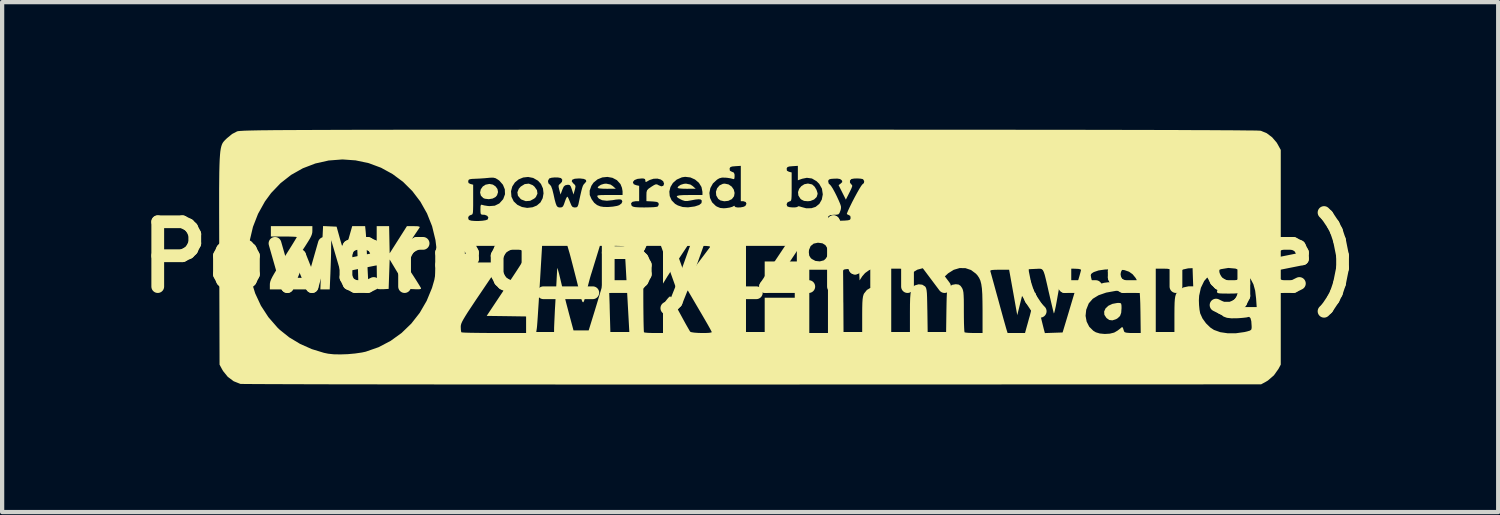
<source format=kicad_pcb>
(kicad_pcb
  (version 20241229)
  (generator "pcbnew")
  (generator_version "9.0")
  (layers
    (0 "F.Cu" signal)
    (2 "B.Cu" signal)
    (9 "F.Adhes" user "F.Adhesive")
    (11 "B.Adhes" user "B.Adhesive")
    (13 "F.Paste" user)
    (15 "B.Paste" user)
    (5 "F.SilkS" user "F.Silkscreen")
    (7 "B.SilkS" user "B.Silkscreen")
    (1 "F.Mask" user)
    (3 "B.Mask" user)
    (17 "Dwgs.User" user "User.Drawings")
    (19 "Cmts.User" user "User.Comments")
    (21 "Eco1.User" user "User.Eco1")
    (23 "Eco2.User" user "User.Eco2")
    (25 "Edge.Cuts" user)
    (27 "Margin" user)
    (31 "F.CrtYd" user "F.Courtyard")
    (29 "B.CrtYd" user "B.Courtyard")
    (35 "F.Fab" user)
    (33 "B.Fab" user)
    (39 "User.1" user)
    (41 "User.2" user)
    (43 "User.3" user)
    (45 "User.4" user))
  (footprint "Powered_By_ZMK (Large)"
    (layer "F.Cu")
    (at 14.594 3.001)
    (property "Reference" "Powered_By_ZMK (Large)" (at 0 0 0) (layer "F.SilkS") (effects (font (size 1.524 1.524) (thickness 0.3))))
    (attr board_only exclude_from_pos_files exclude_from_bom)
    (fp_poly (pts (xy -3.286 -1.711) (xy -3.228 -1.672) (xy -3.16 -1.612) (xy -3.373 -1.611) (xy -3.469 -1.613) (xy -3.542 -1.619) (xy -3.582 -1.629) (xy -3.587 -1.633) (xy -3.565 -1.671) (xy -3.51 -1.705) (xy -3.438 -1.727) (xy -3.387 -1.732)) (stroke (width 0) (type solid)) (fill yes) (layer "F.SilkS"))
    (fp_poly (pts (xy -1.407 -1.711) (xy -1.349 -1.672) (xy -1.281 -1.612) (xy -1.494 -1.611) (xy -1.59 -1.613) (xy -1.664 -1.619) (xy -1.704 -1.629) (xy -1.708 -1.633) (xy -1.686 -1.671) (xy -1.632 -1.705) (xy -1.559 -1.727) (xy -1.509 -1.732)) (stroke (width 0) (type solid)) (fill yes) (layer "F.SilkS"))
    (fp_poly (pts (xy -6.051 -1.709) (xy -5.986 -1.665) (xy -5.943 -1.604) (xy -5.93 -1.532) (xy -5.953 -1.459) (xy -5.986 -1.419) (xy -6.056 -1.381) (xy -6.148 -1.366) (xy -6.239 -1.377) (xy -6.278 -1.393) (xy -6.333 -1.449) (xy -6.352 -1.522) (xy -6.336 -1.598) (xy -6.288 -1.666) (xy -6.224 -1.707) (xy -6.133 -1.725)) (stroke (width 0) (type solid)) (fill yes) (layer "F.SilkS"))
    (fp_poly (pts (xy -5.115 -1.696) (xy -5.073 -1.661) (xy -5.014 -1.578) (xy -5.003 -1.496) (xy -5.04 -1.417) (xy -5.077 -1.381) (xy -5.174 -1.328) (xy -5.278 -1.32) (xy -5.378 -1.357) (xy -5.402 -1.375) (xy -5.462 -1.447) (xy -5.475 -1.528) (xy -5.442 -1.611) (xy -5.396 -1.663) (xy -5.302 -1.721) (xy -5.206 -1.732)) (stroke (width 0) (type solid)) (fill yes) (layer "F.SilkS"))
    (fp_poly (pts (xy -0.507 -1.713) (xy -0.435 -1.663) (xy -0.386 -1.593) (xy -0.366 -1.513) (xy -0.379 -1.435) (xy -0.43 -1.368) (xy -0.43 -1.368) (xy -0.515 -1.327) (xy -0.61 -1.317) (xy -0.699 -1.337) (xy -0.752 -1.374) (xy -0.798 -1.454) (xy -0.805 -1.541) (xy -0.777 -1.624) (xy -0.72 -1.69) (xy -0.64 -1.728) (xy -0.597 -1.732)) (stroke (width 0) (type solid)) (fill yes) (layer "F.SilkS"))
    (fp_poly (pts (xy 8.708 1.077) (xy 8.727 1.095) (xy 8.734 1.139) (xy 8.735 1.197) (xy 8.727 1.306) (xy 8.7 1.38) (xy 8.646 1.432) (xy 8.614 1.452) (xy 8.521 1.484) (xy 8.445 1.475) (xy 8.38 1.428) (xy 8.331 1.353) (xy 8.326 1.277) (xy 8.358 1.204) (xy 8.423 1.142) (xy 8.517 1.097) (xy 8.633 1.075) (xy 8.668 1.074)) (stroke (width 0) (type solid)) (fill yes) (layer "F.SilkS"))
    (fp_poly (pts (xy 1.449 -1.715) (xy 1.465 -1.707) (xy 1.517 -1.659) (xy 1.561 -1.585) (xy 1.585 -1.508) (xy 1.586 -1.488) (xy 1.564 -1.417) (xy 1.504 -1.359) (xy 1.417 -1.324) (xy 1.354 -1.318) (xy 1.268 -1.326) (xy 1.208 -1.355) (xy 1.182 -1.377) (xy 1.134 -1.453) (xy 1.126 -1.533) (xy 1.152 -1.609) (xy 1.204 -1.673) (xy 1.275 -1.718) (xy 1.359 -1.734)) (stroke (width 0) (type solid)) (fill yes) (layer "F.SilkS"))
    (fp_poly (pts (xy 11.378 0.605) (xy 11.449 0.671) (xy 11.488 0.76) (xy 11.492 0.804) (xy 11.489 0.826) (xy 11.475 0.841) (xy 11.44 0.849) (xy 11.376 0.853) (xy 11.274 0.854) (xy 11.236 0.854) (xy 11.121 0.853) (xy 11.047 0.85) (xy 11.004 0.843) (xy 10.985 0.83) (xy 10.98 0.811) (xy 10.98 0.809) (xy 11 0.734) (xy 11.053 0.659) (xy 11.124 0.6) (xy 11.18 0.576) (xy 11.285 0.571)) (stroke (width 0) (type solid)) (fill yes) (layer "F.SilkS"))
    (fp_poly (pts (xy -10.297 -0.622) (xy -10.299 -0.584) (xy -10.307 -0.546) (xy -10.324 -0.5) (xy -10.353 -0.442) (xy -10.399 -0.366) (xy -10.463 -0.265) (xy -10.549 -0.134) (xy -10.626 -0.018) (xy -10.956 0.476) (xy -10.626 0.483) (xy -10.297 0.489) (xy -10.297 0.756) (xy -11.297 0.756) (xy -11.297 0.647) (xy -11.295 0.609) (xy -11.286 0.569) (xy -11.268 0.521) (xy -11.237 0.458) (xy -11.19 0.376) (xy -11.125 0.268) (xy -11.037 0.129) (xy -10.98 0.038) (xy -10.892 -0.102) (xy -10.813 -0.227) (xy -10.747 -0.333) (xy -10.698 -0.414) (xy -10.669 -0.463) (xy -10.663 -0.475) (xy -10.685 -0.48) (xy -10.748 -0.484) (xy -10.841 -0.487) (xy -10.954 -0.488) (xy -10.968 -0.488) (xy -11.273 -0.488) (xy -11.273 -0.732) (xy -10.297 -0.732)) (stroke (width 0) (type solid)) (fill yes) (layer "F.SilkS"))
    (fp_poly (pts (xy -8.479 -0.093) (xy -8.073 -0.732) (xy -7.914 -0.732) (xy -7.827 -0.73) (xy -7.782 -0.722) (xy -7.772 -0.707) (xy -7.774 -0.701) (xy -7.793 -0.672) (xy -7.835 -0.609) (xy -7.894 -0.522) (xy -7.964 -0.417) (xy -8.009 -0.35) (xy -8.227 -0.03) (xy -7.99 0.333) (xy -7.912 0.452) (xy -7.844 0.558) (xy -7.79 0.645) (xy -7.754 0.704) (xy -7.741 0.727) (xy -7.745 0.744) (xy -7.78 0.752) (xy -7.853 0.753) (xy -7.896 0.751) (xy -8.064 0.744) (xy -8.271 0.398) (xy -8.479 0.052) (xy -8.491 0.398) (xy -8.503 0.744) (xy -8.626 0.751) (xy -8.7 0.752) (xy -8.753 0.747) (xy -8.766 0.741) (xy -8.771 0.713) (xy -8.775 0.643) (xy -8.778 0.536) (xy -8.781 0.399) (xy -8.783 0.237) (xy -8.784 0.058) (xy -8.784 -0.004) (xy -8.784 -0.732) (xy -8.492 -0.732)) (stroke (width 0) (type solid)) (fill yes) (layer "F.SilkS"))
    (fp_poly (pts (xy -9.886 -0.727) (xy -9.727 -0.72) (xy -9.641 -0.409) (xy -9.608 -0.297) (xy -9.579 -0.208) (xy -9.555 -0.149) (xy -9.541 -0.127) (xy -9.539 -0.128) (xy -9.527 -0.163) (xy -9.504 -0.233) (xy -9.475 -0.331) (xy -9.442 -0.444) (xy -9.442 -0.445) (xy -9.36 -0.732) (xy -9.056 -0.732) (xy -9.043 -0.604) (xy -9.037 -0.532) (xy -9.03 -0.424) (xy -9.023 -0.295) (xy -9.017 -0.156) (xy -9.016 -0.122) (xy -9.01 0.034) (xy -9.002 0.202) (xy -8.994 0.361) (xy -8.987 0.491) (xy -8.987 0.496) (xy -8.972 0.759) (xy -9.091 0.752) (xy -9.211 0.744) (xy -9.226 0.244) (xy -9.231 0.088) (xy -9.235 -0.056) (xy -9.24 -0.178) (xy -9.243 -0.271) (xy -9.246 -0.325) (xy -9.246 -0.329) (xy -9.251 -0.379) (xy -9.257 -0.382) (xy -9.272 -0.342) (xy -9.288 -0.295) (xy -9.314 -0.213) (xy -9.347 -0.108) (xy -9.383 0.006) (xy -9.472 0.293) (xy -9.561 0.293) (xy -9.65 0.293) (xy -9.854 -0.403) (xy -9.856 -0.193) (xy -9.857 -0.09) (xy -9.861 0.047) (xy -9.866 0.199) (xy -9.872 0.353) (xy -9.873 0.387) (xy -9.889 0.756) (xy -10.109 0.756) (xy -10.093 0.335) (xy -10.086 0.164) (xy -10.078 -0.021) (xy -10.07 -0.201) (xy -10.063 -0.358) (xy -10.061 -0.41) (xy -10.045 -0.734)) (stroke (width 0) (type solid)) (fill yes) (layer "F.SilkS"))
    (fp_poly (pts (xy 0.998 -3.001) (xy 1.967 -3.001) (xy 2.888 -3.001) (xy 3.761 -3) (xy 4.588 -3) (xy 5.368 -3) (xy 6.102 -2.999) (xy 6.791 -2.998) (xy 7.434 -2.998) (xy 8.033 -2.997) (xy 8.588 -2.996) (xy 9.1 -2.995) (xy 9.568 -2.994) (xy 9.994 -2.993) (xy 10.378 -2.991) (xy 10.72 -2.99) (xy 11.021 -2.988) (xy 11.281 -2.987) (xy 11.5 -2.985) (xy 11.681 -2.983) (xy 11.821 -2.982) (xy 11.923 -2.98) (xy 11.987 -2.977) (xy 12.012 -2.975) (xy 12.15 -2.918) (xy 12.277 -2.822) (xy 12.382 -2.7) (xy 12.407 -2.658) (xy 12.48 -2.525) (xy 12.48 2.525) (xy 12.426 2.626) (xy 12.319 2.777) (xy 12.178 2.899) (xy 12.118 2.935) (xy 12.017 2.989) (xy 0.049 2.993) (xy -0.714 2.993) (xy -1.464 2.993) (xy -2.201 2.993) (xy -2.923 2.993) (xy -3.628 2.993) (xy -4.315 2.993) (xy -4.983 2.992) (xy -5.63 2.992) (xy -6.254 2.992) (xy -6.855 2.991) (xy -7.43 2.991) (xy -7.978 2.99) (xy -8.497 2.99) (xy -8.987 2.989) (xy -9.446 2.989) (xy -9.871 2.988) (xy -10.262 2.987) (xy -10.618 2.986) (xy -10.936 2.985) (xy -11.215 2.984) (xy -11.454 2.983) (xy -11.651 2.982) (xy -11.805 2.981) (xy -11.914 2.98) (xy -11.977 2.979) (xy -11.992 2.978) (xy -12.148 2.916) (xy -12.286 2.813) (xy -12.398 2.675) (xy -12.426 2.626) (xy -12.48 2.525) (xy -12.487 0.051) (xy -12.487 -0.085) (xy -11.8 -0.085) (xy -11.789 0.233) (xy -11.736 0.546) (xy -11.642 0.849) (xy -11.507 1.139) (xy -11.331 1.409) (xy -11.116 1.656) (xy -11.066 1.704) (xy -10.843 1.883) (xy -10.587 2.037) (xy -10.311 2.16) (xy -10.027 2.247) (xy -9.927 2.268) (xy -9.798 2.282) (xy -9.638 2.285) (xy -9.463 2.279) (xy -9.289 2.263) (xy -9.132 2.24) (xy -9.043 2.221) (xy -8.739 2.115) (xy -8.457 1.967) (xy -8.199 1.781) (xy -8.054 1.641) (xy -6.807 1.641) (xy -6.804 1.71) (xy -6.796 1.757) (xy -6.791 1.765) (xy -6.764 1.769) (xy -6.693 1.773) (xy -6.586 1.776) (xy -6.449 1.778) (xy -6.287 1.78) (xy -6.106 1.781) (xy -6.023 1.781) (xy -5.27 1.781) (xy -5.27 1.757) (xy -5.031 1.757) (xy -4.612 1.757) (xy -4.611 1.653) (xy -4.609 1.6) (xy -4.605 1.507) (xy -4.599 1.381) (xy -4.592 1.23) (xy -4.582 1.062) (xy -4.575 0.927) (xy -4.565 0.756) (xy -4.556 0.598) (xy -4.549 0.462) (xy -4.543 0.355) (xy -4.539 0.283) (xy -4.537 0.256) (xy -4.531 0.261) (xy -4.517 0.307) (xy -4.495 0.387) (xy -4.469 0.494) (xy -4.453 0.561) (xy -4.416 0.717) (xy -4.371 0.9) (xy -4.323 1.09) (xy -4.276 1.268) (xy -4.263 1.318) (xy -4.155 1.72) (xy -3.798 1.72) (xy -3.655 1.257) (xy -3.604 1.089) (xy -3.551 0.913) (xy -3.501 0.744) (xy -3.458 0.596) (xy -3.431 0.501) (xy -3.349 0.21) (xy -3.334 0.416) (xy -3.329 0.502) (xy -3.323 0.626) (xy -3.317 0.778) (xy -3.311 0.948) (xy -3.305 1.124) (xy -3.304 1.189) (xy -3.288 1.757) (xy -2.842 1.757) (xy -2.896 0.787) (xy -2.898 0.74) (xy -2.513 0.74) (xy -2.513 0.957) (xy -2.512 1.159) (xy -2.51 1.341) (xy -2.508 1.497) (xy -2.505 1.622) (xy -2.502 1.711) (xy -2.499 1.758) (xy -2.497 1.765) (xy -2.467 1.772) (xy -2.4 1.778) (xy -2.308 1.781) (xy -2.265 1.781) (xy -2.05 1.781) (xy -2.05 1.118) (xy -1.972 1.01) (xy -1.926 0.954) (xy -1.891 0.923) (xy -1.876 0.921) (xy -1.859 0.947) (xy -1.823 1.01) (xy -1.772 1.101) (xy -1.71 1.213) (xy -1.646 1.33) (xy -1.577 1.457) (xy -1.515 1.57) (xy -1.463 1.661) (xy -1.426 1.725) (xy -1.41 1.751) (xy -1.378 1.763) (xy -1.312 1.773) (xy -1.226 1.779) (xy -1.13 1.782) (xy -1.042 1.781) (xy 1.391 1.781) (xy 1.83 1.781) (xy 1.83 0.335) (xy 2.186 0.335) (xy 2.186 0.374) (xy 2.187 0.454) (xy 2.188 0.569) (xy 2.189 0.712) (xy 2.19 0.877) (xy 2.191 1.056) (xy 2.192 1.074) (xy 2.196 1.757) (xy 2.635 1.757) (xy 3.318 1.757) (xy 3.758 1.757) (xy 3.758 1.292) (xy 3.759 1.107) (xy 3.763 0.964) (xy 3.772 0.857) (xy 3.786 0.78) (xy 3.807 0.726) (xy 3.836 0.688) (xy 3.875 0.661) (xy 3.878 0.66) (xy 3.963 0.636) (xy 4.048 0.645) (xy 4.114 0.686) (xy 4.129 0.707) (xy 4.141 0.736) (xy 4.15 0.779) (xy 4.157 0.844) (xy 4.161 0.936) (xy 4.164 1.063) (xy 4.167 1.232) (xy 4.168 1.247) (xy 4.175 1.757) (xy 4.609 1.757) (xy 4.616 1.258) (xy 4.619 1.09) (xy 4.622 0.964) (xy 4.626 0.873) (xy 4.632 0.809) (xy 4.64 0.765) (xy 4.652 0.736) (xy 4.669 0.713) (xy 4.683 0.697) (xy 4.749 0.649) (xy 4.833 0.634) (xy 4.836 0.634) (xy 4.904 0.642) (xy 4.948 0.672) (xy 4.978 0.714) (xy 4.995 0.745) (xy 5.007 0.782) (xy 5.016 0.83) (xy 5.021 0.899) (xy 5.025 0.995) (xy 5.026 1.127) (xy 5.026 1.271) (xy 5.027 1.419) (xy 5.029 1.55) (xy 5.033 1.656) (xy 5.037 1.73) (xy 5.042 1.764) (xy 5.043 1.765) (xy 5.073 1.772) (xy 5.14 1.778) (xy 5.23 1.781) (xy 5.262 1.781) (xy 5.466 1.781) (xy 5.466 1.249) (xy 5.464 1.038) (xy 5.46 0.869) (xy 5.451 0.735) (xy 5.436 0.631) (xy 5.415 0.549) (xy 5.385 0.484) (xy 5.347 0.427) (xy 5.31 0.386) (xy 5.226 0.323) (xy 5.648 0.323) (xy 5.657 0.354) (xy 5.677 0.426) (xy 5.706 0.531) (xy 5.743 0.665) (xy 5.785 0.819) (xy 5.832 0.988) (xy 5.879 1.161) (xy 5.923 1.321) (xy 5.962 1.463) (xy 5.995 1.579) (xy 6.018 1.661) (xy 6.03 1.702) (xy 6.055 1.781) (xy 6.465 1.781) (xy 6.5 1.653) (xy 6.528 1.554) (xy 6.559 1.44) (xy 6.577 1.379) (xy 6.601 1.284) (xy 6.629 1.164) (xy 6.655 1.04) (xy 6.66 1.013) (xy 6.681 0.911) (xy 6.694 0.853) (xy 6.704 0.832) (xy 6.712 0.845) (xy 6.72 0.886) (xy 6.721 0.891) (xy 6.734 0.953) (xy 6.755 1.052) (xy 6.783 1.173) (xy 6.814 1.307) (xy 6.845 1.44) (xy 6.875 1.562) (xy 6.899 1.659) (xy 6.907 1.691) (xy 6.932 1.783) (xy 7.14 1.776) (xy 7.349 1.769) (xy 7.467 1.378) (xy 7.889 1.378) (xy 7.914 1.513) (xy 7.975 1.634) (xy 8.071 1.729) (xy 8.131 1.765) (xy 8.224 1.793) (xy 8.34 1.804) (xy 8.458 1.797) (xy 8.556 1.773) (xy 8.572 1.766) (xy 8.643 1.724) (xy 8.704 1.677) (xy 8.737 1.648) (xy 8.756 1.643) (xy 8.771 1.67) (xy 8.792 1.736) (xy 8.795 1.745) (xy 8.813 1.764) (xy 8.856 1.775) (xy 8.935 1.781) (xy 8.997 1.781) (xy 9.186 1.781) (xy 9.186 1.757) (xy 9.54 1.757) (xy 9.979 1.757) (xy 9.979 1.348) (xy 9.98 1.19) (xy 9.983 1.072) (xy 9.987 1.013) (xy 10.554 1.013) (xy 10.558 1.124) (xy 10.569 1.234) (xy 10.585 1.32) (xy 10.587 1.324) (xy 10.639 1.439) (xy 10.722 1.554) (xy 10.824 1.653) (xy 10.909 1.709) (xy 11.057 1.762) (xy 11.234 1.788) (xy 11.428 1.787) (xy 11.627 1.759) (xy 11.683 1.746) (xy 11.752 1.726) (xy 11.785 1.704) (xy 11.795 1.666) (xy 11.795 1.621) (xy 11.787 1.503) (xy 11.767 1.43) (xy 11.736 1.402) (xy 11.717 1.405) (xy 11.674 1.415) (xy 11.597 1.424) (xy 11.499 1.432) (xy 11.461 1.434) (xy 11.319 1.436) (xy 11.214 1.424) (xy 11.135 1.395) (xy 11.07 1.345) (xy 11.04 1.313) (xy 11.003 1.266) (xy 10.982 1.231) (xy 10.983 1.206) (xy 11.009 1.189) (xy 11.067 1.179) (xy 11.159 1.174) (xy 11.292 1.171) (xy 11.447 1.171) (xy 11.914 1.171) (xy 11.9 0.97) (xy 11.878 0.785) (xy 11.837 0.636) (xy 11.774 0.515) (xy 11.698 0.424) (xy 11.565 0.324) (xy 11.413 0.266) (xy 11.247 0.251) (xy 11.073 0.28) (xy 10.938 0.332) (xy 10.793 0.428) (xy 10.679 0.558) (xy 10.601 0.719) (xy 10.56 0.906) (xy 10.554 1.013) (xy 9.987 1.013) (xy 9.989 0.986) (xy 9.998 0.925) (xy 10.011 0.879) (xy 10.022 0.854) (xy 10.09 0.769) (xy 10.191 0.709) (xy 10.309 0.684) (xy 10.328 0.683) (xy 10.421 0.683) (xy 10.413 0.47) (xy 10.406 0.256) (xy 10.3 0.261) (xy 10.18 0.288) (xy 10.071 0.35) (xy 9.989 0.438) (xy 9.972 0.467) (xy 9.932 0.549) (xy 9.931 0.464) (xy 9.927 0.369) (xy 9.912 0.311) (xy 9.876 0.281) (xy 9.809 0.27) (xy 9.72 0.268) (xy 9.54 0.268) (xy 9.54 1.757) (xy 9.186 1.757) (xy 9.18 1.287) (xy 9.176 1.083) (xy 9.169 0.92) (xy 9.16 0.793) (xy 9.146 0.693) (xy 9.126 0.613) (xy 9.1 0.547) (xy 9.067 0.488) (xy 9.063 0.482) (xy 8.995 0.399) (xy 8.912 0.34) (xy 8.806 0.303) (xy 8.668 0.284) (xy 8.54 0.281) (xy 8.345 0.288) (xy 8.194 0.31) (xy 8.083 0.348) (xy 8.043 0.373) (xy 8.019 0.395) (xy 8.011 0.424) (xy 8.019 0.476) (xy 8.034 0.538) (xy 8.056 0.614) (xy 8.081 0.653) (xy 8.121 0.661) (xy 8.187 0.643) (xy 8.235 0.625) (xy 8.323 0.601) (xy 8.423 0.588) (xy 8.45 0.587) (xy 8.534 0.594) (xy 8.614 0.615) (xy 8.677 0.643) (xy 8.709 0.674) (xy 8.711 0.682) (xy 8.719 0.723) (xy 8.724 0.739) (xy 8.721 0.761) (xy 8.687 0.777) (xy 8.613 0.789) (xy 8.596 0.791) (xy 8.374 0.831) (xy 8.195 0.893) (xy 8.059 0.976) (xy 7.966 1.082) (xy 7.96 1.094) (xy 7.904 1.235) (xy 7.889 1.378) (xy 7.467 1.378) (xy 7.565 1.049) (xy 7.619 0.869) (xy 7.668 0.704) (xy 7.71 0.559) (xy 7.745 0.441) (xy 7.769 0.354) (xy 7.781 0.306) (xy 7.783 0.299) (xy 7.767 0.283) (xy 7.717 0.273) (xy 7.627 0.269) (xy 7.569 0.268) (xy 7.354 0.268) (xy 7.309 0.494) (xy 7.287 0.611) (xy 7.26 0.757) (xy 7.232 0.911) (xy 7.21 1.037) (xy 7.189 1.15) (xy 7.169 1.24) (xy 7.154 1.299) (xy 7.144 1.32) (xy 7.142 1.318) (xy 7.133 1.283) (xy 7.115 1.209) (xy 7.09 1.104) (xy 7.06 0.975) (xy 7.027 0.832) (xy 7.026 0.83) (xy 6.986 0.651) (xy 6.954 0.515) (xy 6.929 0.415) (xy 6.906 0.346) (xy 6.883 0.302) (xy 6.857 0.279) (xy 6.825 0.27) (xy 6.783 0.269) (xy 6.729 0.273) (xy 6.716 0.273) (xy 6.551 0.281) (xy 6.417 0.821) (xy 6.282 1.362) (xy 6.187 0.827) (xy 6.091 0.293) (xy 5.864 0.293) (xy 5.753 0.295) (xy 5.684 0.3) (xy 5.652 0.311) (xy 5.648 0.323) (xy 5.226 0.323) (xy 5.195 0.3) (xy 5.064 0.256) (xy 4.926 0.254) (xy 4.788 0.295) (xy 4.657 0.377) (xy 4.612 0.419) (xy 4.563 0.465) (xy 4.535 0.479) (xy 4.516 0.466) (xy 4.507 0.451) (xy 4.427 0.353) (xy 4.319 0.288) (xy 4.194 0.255) (xy 4.062 0.257) (xy 3.932 0.292) (xy 3.815 0.363) (xy 3.767 0.407) (xy 3.711 0.468) (xy 3.696 0.399) (xy 3.681 0.338) (xy 3.671 0.299) (xy 3.642 0.28) (xy 3.567 0.27) (xy 3.49 0.268) (xy 3.318 0.268) (xy 3.318 1.757) (xy 2.635 1.757) (xy 2.635 1.348) (xy 2.636 1.19) (xy 2.639 1.072) (xy 2.645 0.986) (xy 2.654 0.925) (xy 2.667 0.879) (xy 2.678 0.854) (xy 2.746 0.769) (xy 2.846 0.709) (xy 2.965 0.684) (xy 2.984 0.683) (xy 3.076 0.683) (xy 3.069 0.47) (xy 3.062 0.256) (xy 2.989 0.249) (xy 2.898 0.261) (xy 2.797 0.304) (xy 2.703 0.371) (xy 2.635 0.449) (xy 2.574 0.544) (xy 2.567 0.405) (xy 2.559 0.266) (xy 2.372 0.273) (xy 2.277 0.278) (xy 2.221 0.285) (xy 2.194 0.298) (xy 2.186 0.319) (xy 2.186 0.335) (xy 1.83 0.335) (xy 1.83 0.293) (xy 1.391 0.293) (xy 1.391 1.781) (xy -1.042 1.781) (xy -1.038 1.781) (xy -0.962 1.777) (xy -0.913 1.768) (xy -0.903 1.76) (xy -0.904 1.757) (xy -0.098 1.757) (xy 0.342 1.757) (xy 0.342 0.952) (xy 1.049 0.952) (xy 1.049 0.561) (xy 0.342 0.561) (xy 0.342 0.098) (xy 1.098 0.098) (xy 1.098 -0.118) (xy 1.38 -0.118) (xy 1.389 -0.04) (xy 1.424 0.017) (xy 1.448 0.039) (xy 1.535 0.086) (xy 1.638 0.097) (xy 1.734 0.072) (xy 1.736 0.071) (xy 1.778 0.031) (xy 1.817 -0.031) (xy 1.82 -0.039) (xy 1.841 -0.104) (xy 1.837 -0.158) (xy 1.82 -0.205) (xy 1.771 -0.284) (xy 1.701 -0.328) (xy 1.598 -0.342) (xy 1.592 -0.342) (xy 1.493 -0.321) (xy 1.422 -0.263) (xy 1.384 -0.172) (xy 1.38 -0.118) (xy 1.098 -0.118) (xy 1.098 -0.268) (xy -0.098 -0.268) (xy -0.098 1.757) (xy -0.904 1.757) (xy -0.915 1.734) (xy -0.948 1.672) (xy -1 1.579) (xy -1.067 1.463) (xy -1.145 1.329) (xy -1.211 1.217) (xy -1.297 1.07) (xy -1.376 0.935) (xy -1.444 0.819) (xy -1.497 0.726) (xy -1.531 0.665) (xy -1.543 0.643) (xy -1.548 0.621) (xy -1.541 0.591) (xy -1.521 0.548) (xy -1.482 0.487) (xy -1.423 0.401) (xy -1.338 0.287) (xy -1.268 0.192) (xy -1.176 0.069) (xy -1.093 -0.041) (xy -1.024 -0.133) (xy -0.974 -0.2) (xy -0.947 -0.235) (xy -0.945 -0.238) (xy -0.944 -0.251) (xy -0.971 -0.26) (xy -1.032 -0.266) (xy -1.132 -0.268) (xy -1.199 -0.268) (xy -1.476 -0.267) (xy -1.671 0.027) (xy -1.751 0.148) (xy -1.83 0.269) (xy -1.899 0.377) (xy -1.952 0.459) (xy -1.958 0.47) (xy -2.05 0.619) (xy -2.05 -0.268) (xy -2.513 -0.268) (xy -2.513 0.74) (xy -2.898 0.74) (xy -2.907 0.573) (xy -2.918 0.373) (xy -2.928 0.193) (xy -2.937 0.038) (xy -2.943 -0.086) (xy -2.948 -0.174) (xy -2.95 -0.221) (xy -2.951 -0.226) (xy -2.956 -0.244) (xy -2.976 -0.256) (xy -3.017 -0.263) (xy -3.09 -0.267) (xy -3.2 -0.268) (xy -3.244 -0.268) (xy -3.535 -0.268) (xy -3.623 0.018) (xy -3.661 0.141) (xy -3.697 0.259) (xy -3.727 0.356) (xy -3.746 0.415) (xy -3.768 0.491) (xy -3.796 0.596) (xy -3.825 0.708) (xy -3.831 0.732) (xy -3.863 0.866) (xy -3.888 0.966) (xy -3.908 1.031) (xy -3.926 1.06) (xy -3.943 1.051) (xy -3.964 1.001) (xy -3.99 0.911) (xy -4.024 0.776) (xy -4.068 0.597) (xy -4.074 0.573) (xy -4.117 0.405) (xy -4.158 0.245) (xy -4.195 0.102) (xy -4.226 -0.017) (xy -4.249 -0.102) (xy -4.257 -0.128) (xy -4.298 -0.268) (xy -4.894 -0.268) (xy -4.949 0.653) (xy -4.962 0.864) (xy -4.974 1.063) (xy -4.986 1.243) (xy -4.996 1.4) (xy -5.005 1.526) (xy -5.012 1.616) (xy -5.017 1.664) (xy -5.017 1.665) (xy -5.031 1.757) (xy -5.27 1.757) (xy -5.27 1.392) (xy -5.734 1.385) (xy -6.197 1.379) (xy -5.734 0.683) (xy -5.61 0.497) (xy -5.51 0.346) (xy -5.432 0.226) (xy -5.373 0.132) (xy -5.33 0.061) (xy -5.302 0.005) (xy -5.284 -0.038) (xy -5.275 -0.074) (xy -5.271 -0.107) (xy -5.27 -0.14) (xy -5.27 -0.268) (xy -6.71 -0.268) (xy -6.71 0.122) (xy -5.855 0.122) (xy -6.331 0.827) (xy -6.459 1.016) (xy -6.561 1.17) (xy -6.642 1.292) (xy -6.702 1.388) (xy -6.746 1.462) (xy -6.776 1.518) (xy -6.794 1.561) (xy -6.804 1.597) (xy -6.807 1.628) (xy -6.807 1.641) (xy -8.054 1.641) (xy -7.97 1.56) (xy -7.772 1.307) (xy -7.609 1.026) (xy -7.483 0.721) (xy -7.428 0.531) (xy -7.398 0.36) (xy -7.38 0.16) (xy -7.375 -0.05) (xy -7.383 -0.251) (xy -7.402 -0.406) (xy -7.481 -0.731) (xy -7.56 -0.929) (xy -6.634 -0.929) (xy -6.621 -0.886) (xy -6.609 -0.876) (xy -6.56 -0.861) (xy -6.482 -0.854) (xy -6.389 -0.853) (xy -6.298 -0.859) (xy -6.222 -0.871) (xy -6.177 -0.887) (xy -6.173 -0.891) (xy -6.158 -0.936) (xy -6.184 -0.975) (xy -6.241 -0.998) (xy -6.274 -1) (xy -6.315 -1.003) (xy -6.336 -1.02) (xy -6.343 -1.063) (xy -6.344 -1.125) (xy -6.342 -1.198) (xy -6.333 -1.231) (xy -6.314 -1.236) (xy -6.301 -1.232) (xy -6.252 -1.219) (xy -6.177 -1.207) (xy -6.137 -1.203) (xy -6.007 -1.213) (xy -5.899 -1.266) (xy -5.812 -1.363) (xy -5.807 -1.372) (xy -5.766 -1.482) (xy -5.769 -1.553) (xy -5.625 -1.553) (xy -5.615 -1.427) (xy -5.613 -1.42) (xy -5.562 -1.315) (xy -5.476 -1.234) (xy -5.367 -1.182) (xy -5.244 -1.161) (xy -5.117 -1.176) (xy -5.017 -1.217) (xy -4.932 -1.29) (xy -4.88 -1.389) (xy -4.86 -1.503) (xy -4.873 -1.618) (xy -4.92 -1.724) (xy -4.984 -1.795) (xy -4.756 -1.795) (xy -4.745 -1.739) (xy -4.714 -1.71) (xy -4.683 -1.674) (xy -4.653 -1.595) (xy -4.626 -1.486) (xy -4.598 -1.358) (xy -4.574 -1.27) (xy -4.553 -1.215) (xy -4.529 -1.185) (xy -4.499 -1.173) (xy -4.47 -1.171) (xy -4.43 -1.176) (xy -4.402 -1.197) (xy -4.379 -1.246) (xy -4.358 -1.308) (xy -4.332 -1.377) (xy -4.309 -1.418) (xy -4.295 -1.424) (xy -4.276 -1.39) (xy -4.249 -1.328) (xy -4.233 -1.287) (xy -4.203 -1.217) (xy -4.175 -1.182) (xy -4.136 -1.172) (xy -4.122 -1.171) (xy -4.082 -1.176) (xy -4.057 -1.197) (xy -4.039 -1.246) (xy -4.028 -1.299) (xy -3.996 -1.448) (xy -3.971 -1.556) (xy -3.968 -1.568) (xy -3.775 -1.568) (xy -3.773 -1.465) (xy -3.73 -1.367) (xy -3.669 -1.282) (xy -3.601 -1.228) (xy -3.526 -1.197) (xy -3.447 -1.184) (xy -3.342 -1.182) (xy -3.23 -1.191) (xy -3.131 -1.208) (xy -3.08 -1.225) (xy -3.027 -1.265) (xy -3.024 -1.271) (xy -2.801 -1.271) (xy -2.793 -1.224) (xy -2.781 -1.207) (xy -2.756 -1.191) (xy -2.707 -1.18) (xy -2.628 -1.174) (xy -2.509 -1.172) (xy -2.48 -1.172) (xy -2.367 -1.174) (xy -2.271 -1.178) (xy -2.202 -1.186) (xy -2.175 -1.193) (xy -2.152 -1.231) (xy -2.151 -1.26) (xy -2.165 -1.287) (xy -2.202 -1.303) (xy -2.273 -1.311) (xy -2.3 -1.313) (xy -2.44 -1.32) (xy -2.44 -1.451) (xy -2.438 -1.526) (xy -2.433 -1.545) (xy -1.901 -1.545) (xy -1.892 -1.439) (xy -1.848 -1.34) (xy -1.767 -1.257) (xy -1.701 -1.219) (xy -1.587 -1.182) (xy -1.461 -1.174) (xy -1.311 -1.194) (xy -1.294 -1.198) (xy -1.198 -1.23) (xy -1.145 -1.274) (xy -1.138 -1.329) (xy -1.14 -1.336) (xy -1.161 -1.358) (xy -1.209 -1.365) (xy -1.291 -1.357) (xy -1.391 -1.338) (xy -1.476 -1.323) (xy -1.535 -1.324) (xy -1.591 -1.341) (xy -1.623 -1.356) (xy -1.693 -1.394) (xy -1.726 -1.423) (xy -1.719 -1.442) (xy -1.671 -1.455) (xy -1.579 -1.462) (xy -1.441 -1.464) (xy -1.429 -1.464) (xy -1.122 -1.464) (xy -1.122 -1.512) (xy -0.959 -1.512) (xy -0.945 -1.396) (xy -0.895 -1.292) (xy -0.809 -1.208) (xy -0.781 -1.191) (xy -0.706 -1.16) (xy -0.622 -1.152) (xy -0.566 -1.156) (xy -0.485 -1.168) (xy -0.422 -1.186) (xy -0.401 -1.197) (xy -0.372 -1.213) (xy -0.366 -1.199) (xy -0.345 -1.18) (xy -0.293 -1.171) (xy -0.227 -1.173) (xy -0.162 -1.185) (xy -0.117 -1.205) (xy -0.113 -1.208) (xy -0.093 -1.246) (xy 0.857 -1.246) (xy 0.87 -1.203) (xy 0.882 -1.193) (xy 0.925 -1.179) (xy 0.988 -1.173) (xy 1.054 -1.173) (xy 1.104 -1.181) (xy 1.122 -1.194) (xy 1.142 -1.201) (xy 1.189 -1.188) (xy 1.202 -1.183) (xy 1.319 -1.152) (xy 1.441 -1.154) (xy 1.539 -1.185) (xy 1.627 -1.256) (xy 1.685 -1.357) (xy 1.708 -1.477) (xy 1.708 -1.483) (xy 1.688 -1.615) (xy 1.625 -1.726) (xy 1.562 -1.789) (xy 1.835 -1.789) (xy 1.848 -1.733) (xy 1.873 -1.711) (xy 1.901 -1.68) (xy 1.944 -1.614) (xy 1.993 -1.524) (xy 2.036 -1.438) (xy 2.086 -1.329) (xy 2.118 -1.253) (xy 2.135 -1.2) (xy 2.137 -1.159) (xy 2.13 -1.12) (xy 2.122 -1.095) (xy 2.1 -1.038) (xy 2.075 -1.01) (xy 2.028 -1.001) (xy 1.972 -1) (xy 1.884 -0.991) (xy 1.838 -0.964) (xy 1.836 -0.921) (xy 1.855 -0.889) (xy 1.881 -0.872) (xy 1.926 -0.861) (xy 2.002 -0.858) (xy 2.116 -0.859) (xy 2.12 -0.859) (xy 2.229 -0.863) (xy 2.298 -0.869) (xy 2.337 -0.878) (xy 2.355 -0.894) (xy 2.362 -0.919) (xy 2.363 -0.923) (xy 2.355 -0.972) (xy 2.319 -0.993) (xy 2.281 -1.011) (xy 2.274 -1.026) (xy 2.304 -1.099) (xy 2.348 -1.193) (xy 2.401 -1.301) (xy 2.459 -1.412) (xy 2.516 -1.517) (xy 2.568 -1.608) (xy 2.61 -1.676) (xy 2.637 -1.712) (xy 2.641 -1.715) (xy 2.676 -1.746) (xy 2.682 -1.792) (xy 2.658 -1.832) (xy 2.645 -1.84) (xy 2.596 -1.849) (xy 2.525 -1.854) (xy 2.513 -1.854) (xy 2.441 -1.851) (xy 2.387 -1.841) (xy 2.381 -1.84) (xy 2.348 -1.806) (xy 2.347 -1.757) (xy 2.376 -1.716) (xy 2.381 -1.713) (xy 2.398 -1.697) (xy 2.4 -1.669) (xy 2.382 -1.62) (xy 2.344 -1.54) (xy 2.335 -1.523) (xy 2.251 -1.356) (xy 2.08 -1.696) (xy 2.131 -1.735) (xy 2.166 -1.769) (xy 2.162 -1.798) (xy 2.149 -1.816) (xy 2.114 -1.84) (xy 2.055 -1.85) (xy 1.979 -1.849) (xy 1.899 -1.843) (xy 1.857 -1.83) (xy 1.839 -1.807) (xy 1.835 -1.789) (xy 1.562 -1.789) (xy 1.562 -1.789) (xy 1.453 -1.853) (xy 1.334 -1.869) (xy 1.225 -1.847) (xy 1.122 -1.811) (xy 1.122 -2.15) (xy 0.994 -2.142) (xy 0.918 -2.135) (xy 0.878 -2.121) (xy 0.861 -2.095) (xy 0.859 -2.081) (xy 0.865 -2.036) (xy 0.91 -2.012) (xy 0.913 -2.011) (xy 0.976 -1.995) (xy 0.976 -1.658) (xy 0.976 -1.524) (xy 0.974 -1.431) (xy 0.97 -1.371) (xy 0.962 -1.337) (xy 0.948 -1.321) (xy 0.929 -1.314) (xy 0.921 -1.313) (xy 0.876 -1.289) (xy 0.857 -1.246) (xy -0.093 -1.246) (xy -0.087 -1.258) (xy -0.104 -1.299) (xy -0.156 -1.317) (xy -0.161 -1.318) (xy -0.22 -1.318) (xy -0.22 -2.15) (xy -0.348 -2.142) (xy -0.424 -2.135) (xy -0.464 -2.121) (xy -0.481 -2.095) (xy -0.483 -2.081) (xy -0.477 -2.036) (xy -0.432 -2.012) (xy -0.429 -2.011) (xy -0.385 -1.992) (xy -0.368 -1.952) (xy -0.366 -1.91) (xy -0.37 -1.854) (xy -0.385 -1.837) (xy -0.409 -1.843) (xy -0.458 -1.856) (xy -0.533 -1.868) (xy -0.573 -1.872) (xy -0.661 -1.874) (xy -0.726 -1.857) (xy -0.779 -1.826) (xy -0.876 -1.736) (xy -0.936 -1.628) (xy -0.959 -1.512) (xy -1.122 -1.512) (xy -1.122 -1.538) (xy -1.145 -1.653) (xy -1.206 -1.752) (xy -1.297 -1.829) (xy -1.407 -1.878) (xy -1.529 -1.892) (xy -1.607 -1.88) (xy -1.727 -1.827) (xy -1.817 -1.748) (xy -1.875 -1.652) (xy -1.901 -1.545) (xy -2.433 -1.545) (xy -2.425 -1.574) (xy -2.392 -1.611) (xy -2.327 -1.656) (xy -2.326 -1.657) (xy -2.259 -1.699) (xy -2.217 -1.716) (xy -2.185 -1.712) (xy -2.153 -1.694) (xy -2.09 -1.668) (xy -2.044 -1.68) (xy -2.025 -1.726) (xy -2.025 -1.73) (xy -2.046 -1.789) (xy -2.102 -1.829) (xy -2.181 -1.85) (xy -2.271 -1.847) (xy -2.36 -1.819) (xy -2.385 -1.806) (xy -2.437 -1.776) (xy -2.459 -1.771) (xy -2.464 -1.792) (xy -2.464 -1.806) (xy -2.474 -1.84) (xy -2.513 -1.853) (xy -2.548 -1.854) (xy -2.648 -1.844) (xy -2.72 -1.816) (xy -2.755 -1.774) (xy -2.757 -1.759) (xy -2.738 -1.718) (xy -2.684 -1.696) (xy -2.611 -1.68) (xy -2.611 -1.318) (xy -2.697 -1.318) (xy -2.767 -1.305) (xy -2.801 -1.271) (xy -3.024 -1.271) (xy -3.006 -1.31) (xy -3.021 -1.347) (xy -3.039 -1.358) (xy -3.084 -1.362) (xy -3.159 -1.356) (xy -3.235 -1.343) (xy -3.371 -1.329) (xy -3.481 -1.342) (xy -3.559 -1.381) (xy -3.588 -1.417) (xy -3.596 -1.437) (xy -3.591 -1.45) (xy -3.565 -1.458) (xy -3.511 -1.462) (xy -3.423 -1.464) (xy -3.307 -1.464) (xy -3.001 -1.464) (xy -3.001 -1.553) (xy -3.015 -1.634) (xy -3.048 -1.716) (xy -3.052 -1.724) (xy -3.134 -1.814) (xy -3.239 -1.869) (xy -3.357 -1.89) (xy -3.477 -1.878) (xy -3.589 -1.833) (xy -3.684 -1.756) (xy -3.734 -1.682) (xy -3.775 -1.568) (xy -3.968 -1.568) (xy -3.951 -1.631) (xy -3.934 -1.681) (xy -3.916 -1.712) (xy -3.897 -1.733) (xy -3.895 -1.735) (xy -3.855 -1.782) (xy -3.862 -1.819) (xy -3.912 -1.843) (xy -4.004 -1.854) (xy -4.026 -1.854) (xy -4.126 -1.847) (xy -4.184 -1.824) (xy -4.197 -1.789) (xy -4.165 -1.742) (xy -4.151 -1.73) (xy -4.118 -1.698) (xy -4.108 -1.664) (xy -4.118 -1.609) (xy -4.126 -1.581) (xy -4.155 -1.476) (xy -4.193 -1.593) (xy -4.218 -1.663) (xy -4.241 -1.696) (xy -4.275 -1.705) (xy -4.305 -1.703) (xy -4.353 -1.691) (xy -4.386 -1.66) (xy -4.416 -1.595) (xy -4.419 -1.586) (xy -4.46 -1.476) (xy -4.489 -1.585) (xy -4.505 -1.654) (xy -4.504 -1.692) (xy -4.483 -1.718) (xy -4.468 -1.729) (xy -4.427 -1.774) (xy -4.419 -1.824) (xy -4.447 -1.86) (xy -4.455 -1.864) (xy -4.517 -1.876) (xy -4.595 -1.878) (xy -4.67 -1.871) (xy -4.721 -1.855) (xy -4.729 -1.849) (xy -4.756 -1.795) (xy -4.984 -1.795) (xy -4.99 -1.801) (xy -5.104 -1.866) (xy -5.223 -1.889) (xy -5.339 -1.876) (xy -5.445 -1.832) (xy -5.533 -1.76) (xy -5.595 -1.665) (xy -5.625 -1.553) (xy -5.769 -1.553) (xy -5.77 -1.596) (xy -5.815 -1.706) (xy -5.899 -1.802) (xy -5.932 -1.826) (xy -5.989 -1.86) (xy -6.045 -1.873) (xy -6.12 -1.871) (xy -6.149 -1.868) (xy -6.247 -1.859) (xy -6.366 -1.851) (xy -6.454 -1.847) (xy -6.544 -1.843) (xy -6.596 -1.835) (xy -6.622 -1.82) (xy -6.631 -1.793) (xy -6.632 -1.79) (xy -6.624 -1.746) (xy -6.577 -1.723) (xy -6.515 -1.707) (xy -6.515 -1.355) (xy -6.515 -1.218) (xy -6.517 -1.122) (xy -6.52 -1.059) (xy -6.528 -1.023) (xy -6.54 -1.005) (xy -6.559 -0.998) (xy -6.569 -0.996) (xy -6.615 -0.972) (xy -6.634 -0.929) (xy -7.56 -0.929) (xy -7.601 -1.032) (xy -7.757 -1.309) (xy -7.946 -1.557) (xy -8.165 -1.775) (xy -8.412 -1.958) (xy -8.682 -2.106) (xy -8.972 -2.214) (xy -9.28 -2.279) (xy -9.589 -2.301) (xy -9.914 -2.276) (xy -10.226 -2.206) (xy -10.521 -2.093) (xy -10.796 -1.938) (xy -11.045 -1.743) (xy -11.267 -1.511) (xy -11.413 -1.312) (xy -11.575 -1.021) (xy -11.694 -0.716) (xy -11.768 -0.403) (xy -11.8 -0.085) (xy -12.487 -0.085) (xy -12.488 -0.367) (xy -12.489 -0.738) (xy -12.49 -1.067) (xy -12.49 -1.355) (xy -12.49 -1.606) (xy -12.488 -1.822) (xy -12.486 -2.007) (xy -12.482 -2.163) (xy -12.477 -2.293) (xy -12.47 -2.4) (xy -12.462 -2.487) (xy -12.451 -2.556) (xy -12.438 -2.611) (xy -12.423 -2.655) (xy -12.406 -2.69) (xy -12.385 -2.719) (xy -12.362 -2.745) (xy -12.336 -2.771) (xy -12.306 -2.8) (xy -12.301 -2.804) (xy -12.186 -2.899) (xy -12.069 -2.96) (xy -12.067 -2.96) (xy -12.055 -2.964) (xy -12.039 -2.967) (xy -12.016 -2.969) (xy -11.986 -2.972) (xy -11.948 -2.974) (xy -11.899 -2.977) (xy -11.839 -2.979) (xy -11.767 -2.981) (xy -11.681 -2.983) (xy -11.579 -2.985) (xy -11.462 -2.987) (xy -11.326 -2.988) (xy -11.172 -2.99) (xy -10.998 -2.991) (xy -10.802 -2.992) (xy -10.583 -2.993) (xy -10.34 -2.994) (xy -10.072 -2.995) (xy -9.778 -2.996) (xy -9.455 -2.997) (xy -9.104 -2.998) (xy -8.722 -2.998) (xy -8.308 -2.999) (xy -7.862 -2.999) (xy -7.381 -3) (xy -6.864 -3) (xy -6.311 -3) (xy -5.72 -3) (xy -5.09 -3.001) (xy -4.419 -3.001) (xy -3.706 -3.001) (xy -2.949 -3.001) (xy -2.149 -3.001) (xy -1.303 -3.001) (xy -0.409 -3.001) (xy -0.019 -3.001)) (stroke (width 0) (type solid)) (fill yes) (layer "F.SilkS")))
  (gr_rect
    (start -3 -3)
    (end 32.188 8.994)
    (stroke (width 0.1) (type default))
    (fill no)
    (layer "Edge.Cuts")))
</source>
